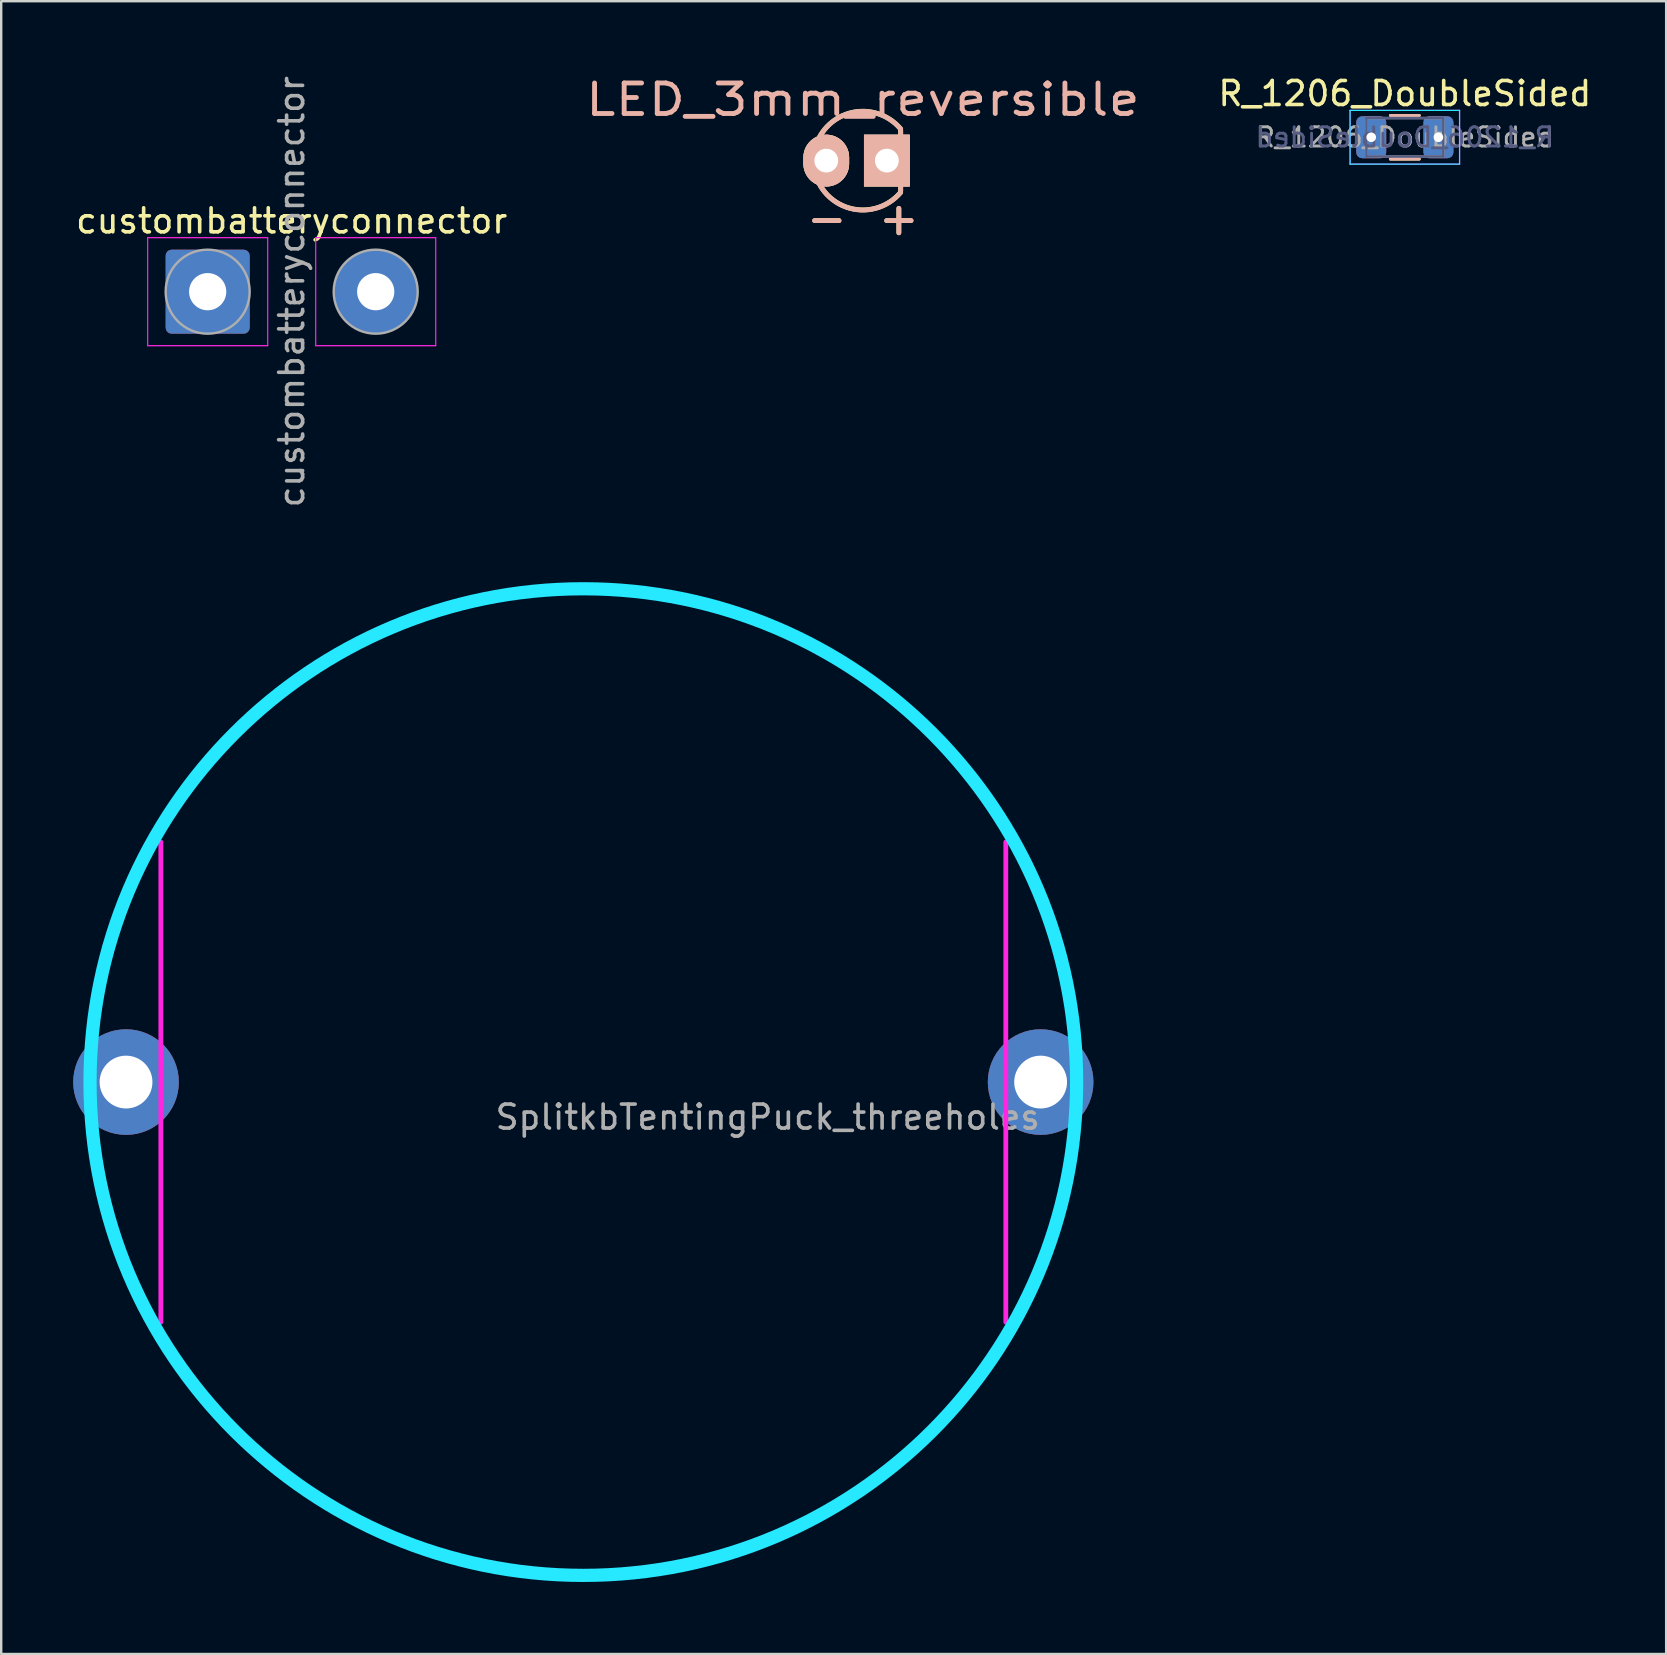
<source format=kicad_pcb>
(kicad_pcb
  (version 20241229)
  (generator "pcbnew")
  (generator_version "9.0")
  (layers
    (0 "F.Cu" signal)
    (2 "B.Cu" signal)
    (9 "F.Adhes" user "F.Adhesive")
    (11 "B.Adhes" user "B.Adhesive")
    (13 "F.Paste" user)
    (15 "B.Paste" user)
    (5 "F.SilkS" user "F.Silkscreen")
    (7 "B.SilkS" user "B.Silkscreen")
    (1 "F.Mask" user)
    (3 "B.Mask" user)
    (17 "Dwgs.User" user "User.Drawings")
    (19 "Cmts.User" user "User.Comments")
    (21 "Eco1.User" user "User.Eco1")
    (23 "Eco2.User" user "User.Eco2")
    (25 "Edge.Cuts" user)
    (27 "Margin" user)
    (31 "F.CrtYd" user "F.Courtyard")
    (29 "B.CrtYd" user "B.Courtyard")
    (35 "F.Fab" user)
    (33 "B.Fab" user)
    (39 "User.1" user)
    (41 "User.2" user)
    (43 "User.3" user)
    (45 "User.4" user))
  (footprint "LED_3mm_reversible"
    (layer "F.Cu")
    (at 32.894 3.64)
    (property "Reference" "LED_3mm_reversible" (at 0 -2.54 0) (layer "B.SilkS") (effects (font (size 1.27 1.524) (thickness 0.203))))
    (attr through_hole)
    (fp_line (start -2.008 2.5) (end -0.992 2.5) (stroke (width 0.2) (type solid)) (layer "F.SilkS"))
    (fp_line (start 0.992 2.5) (end 2.008 2.5) (stroke (width 0.2) (type solid)) (layer "F.SilkS"))
    (fp_line (start 1.5 1.992) (end 1.5 3.008) (stroke (width 0.2) (type solid)) (layer "F.SilkS"))
    (fp_line (start 1.575 1.27) (end 1.575 -1.27) (stroke (width 0.203) (type solid)) (layer "F.SilkS"))
    (fp_arc (start 1.574195 1.321521) (mid -2.055361 -0.000471) (end 1.5748 -1.3208) (stroke (width 0.2032) (type solid)) (layer "F.SilkS"))
    (fp_line (start -0.992 2.5) (end -2.008 2.5) (stroke (width 0.2) (type solid)) (layer "B.SilkS"))
    (fp_line (start 1.5 1.99) (end 1.5 3.006) (stroke (width 0.2) (type solid)) (layer "B.SilkS"))
    (fp_line (start 1.575 -1.265) (end 1.575 1.275) (stroke (width 0.203) (type solid)) (layer "B.SilkS"))
    (fp_line (start 2.008 2.498) (end 0.992 2.498) (stroke (width 0.2) (type solid)) (layer "B.SilkS"))
    (fp_arc (start 1.575 1.3258) (mid -2.055161 0.005471) (end 1.574395 -1.316521) (stroke (width 0.2032) (type solid)) (layer "B.SilkS"))
    (pad "1" thru_hole oval (at -1.524 0) (size 1.905 2.159) (drill 0.991) (layers "*.Cu" "*.Paste" "*.SilkS" "*.Mask"))
    (pad "2" thru_hole rect (at 1 0 180) (size 1.905 2.159) (drill 0.991) (layers "*.Cu" "*.Paste" "*.SilkS" "*.Mask")))
  (footprint "SplitkbTentingPuck_threeholes"
    (layer "F.Cu")
    (at 21.25 42.027)
    (property "Reference" "SplitkbTentingPuck_threeholes" (at 7.684 1.46 0) (layer "F.Fab") (effects (font (size 1 1) (thickness 0.15))))
    (attr through_hole exclude_from_pos_files exclude_from_bom)
    (fp_arc (start -20.32 -2.8575) (mid -19.91151 -4.959786) (end -19.286134 -7.008048) (stroke (width 0.2) (type solid)) (layer "F.SilkS"))
    (fp_arc (start -19.286134 7.008047) (mid -19.91151 4.959786) (end -20.32 2.8575) (stroke (width 0.2) (type solid)) (layer "F.SilkS"))
    (fp_arc (start 19.286135 -7.008045) (mid 19.91151 -4.959785) (end 20.32 -2.8575) (stroke (width 0.2) (type solid)) (layer "F.SilkS"))
    (fp_arc (start 20.32 2.8575) (mid 19.91151 4.959785) (end 19.286135 7.008046) (stroke (width 0.2) (type solid)) (layer "F.SilkS"))
    (fp_arc (start -20.32 -2.8575) (mid -19.91151 -4.959784) (end -19.286136 -7.008044) (stroke (width 0.2) (type solid)) (layer "B.SilkS"))
    (fp_arc (start -19.286135 7.008046) (mid -19.91151 4.959785) (end -20.32 2.8575) (stroke (width 0.2) (type solid)) (layer "B.SilkS"))
    (fp_arc (start 19.286134 -7.008048) (mid 19.91151 -4.959786) (end 20.32 -2.8575) (stroke (width 0.2) (type solid)) (layer "B.SilkS"))
    (fp_arc (start 20.32 2.8575) (mid 19.91151 4.959786) (end 19.286134 7.008048) (stroke (width 0.2) (type solid)) (layer "B.SilkS"))
    (fp_circle (center 0 0) (end 20.55 0) (stroke (width 0.55) (type solid)) (fill no) (layer "B.CrtYd"))
    (fp_line (start -17.6 10) (end -17.6 -10) (stroke (width 0.2) (type solid)) (layer "F.CrtYd"))
    (fp_line (start 17.6 10) (end 17.6 -10) (stroke (width 0.2) (type solid)) (layer "F.CrtYd"))
    (pad "1" thru_hole circle (at -19.05 0) (size 4.4 4.4) (drill 2.2) (layers "*.Cu" "*.Mask"))
    (pad "1" thru_hole circle (at 19.05 0) (size 4.4 4.4) (drill 2.2) (layers "*.Cu" "*.Mask")))
  (footprint "custombatteryconnector"
    (layer "F.Cu")
    (at 9.001 9.101)
    (property "Reference" "custombatteryconnector" (at 0.1 -2.95 0) (layer "F.SilkS") (effects (font (size 1 1) (thickness 0.15))))
    (attr exclude_from_pos_files exclude_from_bom)
    (fp_line (start -5.9 -2.25) (end -5.9 2.25) (stroke (width 0.05) (type solid)) (layer "F.CrtYd"))
    (fp_line (start -5.9 2.25) (end -0.9 2.25) (stroke (width 0.05) (type solid)) (layer "F.CrtYd"))
    (fp_line (start -0.9 -2.25) (end -5.9 -2.25) (stroke (width 0.05) (type solid)) (layer "F.CrtYd"))
    (fp_line (start -0.9 2.25) (end -0.9 -2.25) (stroke (width 0.05) (type solid)) (layer "F.CrtYd"))
    (fp_line (start 1.1 -2.25) (end 1.1 2.25) (stroke (width 0.05) (type solid)) (layer "F.CrtYd"))
    (fp_line (start 1.1 2.25) (end 6.1 2.25) (stroke (width 0.05) (type solid)) (layer "F.CrtYd"))
    (fp_line (start 6.1 -2.25) (end 1.1 -2.25) (stroke (width 0.05) (type solid)) (layer "F.CrtYd"))
    (fp_line (start 6.1 2.25) (end 6.1 -2.25) (stroke (width 0.05) (type solid)) (layer "F.CrtYd"))
    (fp_circle (center -3.4 0) (end -1.65 0) (stroke (width 0.1) (type solid)) (fill no) (layer "F.Fab"))
    (fp_circle (center 3.6 0) (end 5.35 0) (stroke (width 0.1) (type solid)) (fill no) (layer "F.Fab"))
    (fp_text user "${REFERENCE}" (at 0.1 0 90) (layer "F.Fab") (effects (font (size 1 1) (thickness 0.15))))
    (pad "1" thru_hole roundrect (at -3.4 0) (size 3.5 3.5) (drill 1.55) (layers "*.Cu" "*.Mask") (roundrect_rratio 0.071))
    (pad "2" thru_hole circle (at 3.6 0) (size 3.5 3.5) (drill 1.55) (layers "*.Cu" "*.Mask")))
  (footprint "R_1206_DoubleSided"
    (layer "F.Cu")
    (at 55.472 2.668)
    (property "Reference" "R_1206_DoubleSided" (at 0 -1.82 0) (layer "F.SilkS") (effects (font (size 1 1) (thickness 0.15))))
    (attr smd)
    (fp_line (start -0.602 -0.91) (end 0.602 -0.91) (stroke (width 0.12) (type solid)) (layer "F.SilkS"))
    (fp_line (start -0.602 0.91) (end 0.602 0.91) (stroke (width 0.12) (type solid)) (layer "F.SilkS"))
    (fp_line (start 0.602 -0.91) (end -0.602 -0.91) (stroke (width 0.12) (type solid)) (layer "B.SilkS"))
    (fp_line (start 0.602 0.91) (end -0.602 0.91) (stroke (width 0.12) (type solid)) (layer "B.SilkS"))
    (fp_line (start -2.28 -1.12) (end -2.28 1.12) (stroke (width 0.05) (type solid)) (layer "B.CrtYd"))
    (fp_line (start -2.28 1.12) (end 2.28 1.12) (stroke (width 0.05) (type solid)) (layer "B.CrtYd"))
    (fp_line (start 2.28 -1.12) (end -2.28 -1.12) (stroke (width 0.05) (type solid)) (layer "B.CrtYd"))
    (fp_line (start 2.28 1.12) (end 2.28 -1.12) (stroke (width 0.05) (type solid)) (layer "B.CrtYd"))
    (fp_line (start -2.28 -1.12) (end 2.28 -1.12) (stroke (width 0.05) (type solid)) (layer "F.CrtYd"))
    (fp_line (start -2.28 1.12) (end -2.28 -1.12) (stroke (width 0.05) (type solid)) (layer "F.CrtYd"))
    (fp_line (start 2.28 -1.12) (end 2.28 1.12) (stroke (width 0.05) (type solid)) (layer "F.CrtYd"))
    (fp_line (start 2.28 1.12) (end -2.28 1.12) (stroke (width 0.05) (type solid)) (layer "F.CrtYd"))
    (fp_line (start -1.6 -0.8) (end -1.6 0.8) (stroke (width 0.1) (type solid)) (layer "B.Fab"))
    (fp_line (start -1.6 0.8) (end 1.6 0.8) (stroke (width 0.1) (type solid)) (layer "B.Fab"))
    (fp_line (start 1.6 -0.8) (end -1.6 -0.8) (stroke (width 0.1) (type solid)) (layer "B.Fab"))
    (fp_line (start 1.6 0.8) (end 1.6 -0.8) (stroke (width 0.1) (type solid)) (layer "B.Fab"))
    (fp_line (start -1.6 -0.8) (end 1.6 -0.8) (stroke (width 0.1) (type solid)) (layer "F.Fab"))
    (fp_line (start -1.6 0.8) (end -1.6 -0.8) (stroke (width 0.1) (type solid)) (layer "F.Fab"))
    (fp_line (start 1.6 -0.8) (end 1.6 0.8) (stroke (width 0.1) (type solid)) (layer "F.Fab"))
    (fp_line (start 1.6 0.8) (end -1.6 0.8) (stroke (width 0.1) (type solid)) (layer "F.Fab"))
    (fp_text user "${REFERENCE}" (at 0 0 0) (layer "B.Fab") (effects (font (size 0.8 0.8) (thickness 0.12)) (justify mirror)))
    (fp_text user "${REFERENCE}" (at 0 0 0) (layer "F.Fab") (effects (font (size 0.8 0.8) (thickness 0.12))))
    (pad "1" thru_hole roundrect (at -1.4 0) (size 1.25 1.75) (drill 0.4) (layers "*.Cu" "*.Mask") (roundrect_rratio 0.2))
    (pad "2" thru_hole roundrect (at 1.4 0) (size 1.25 1.75) (drill 0.4) (layers "*.Cu" "*.Mask") (roundrect_rratio 0.2)))
  (gr_rect
    (start -3 -3)
    (end 66.359 65.852)
    (stroke (width 0.1) (type default))
    (fill no)
    (layer "Edge.Cuts")))
</source>
